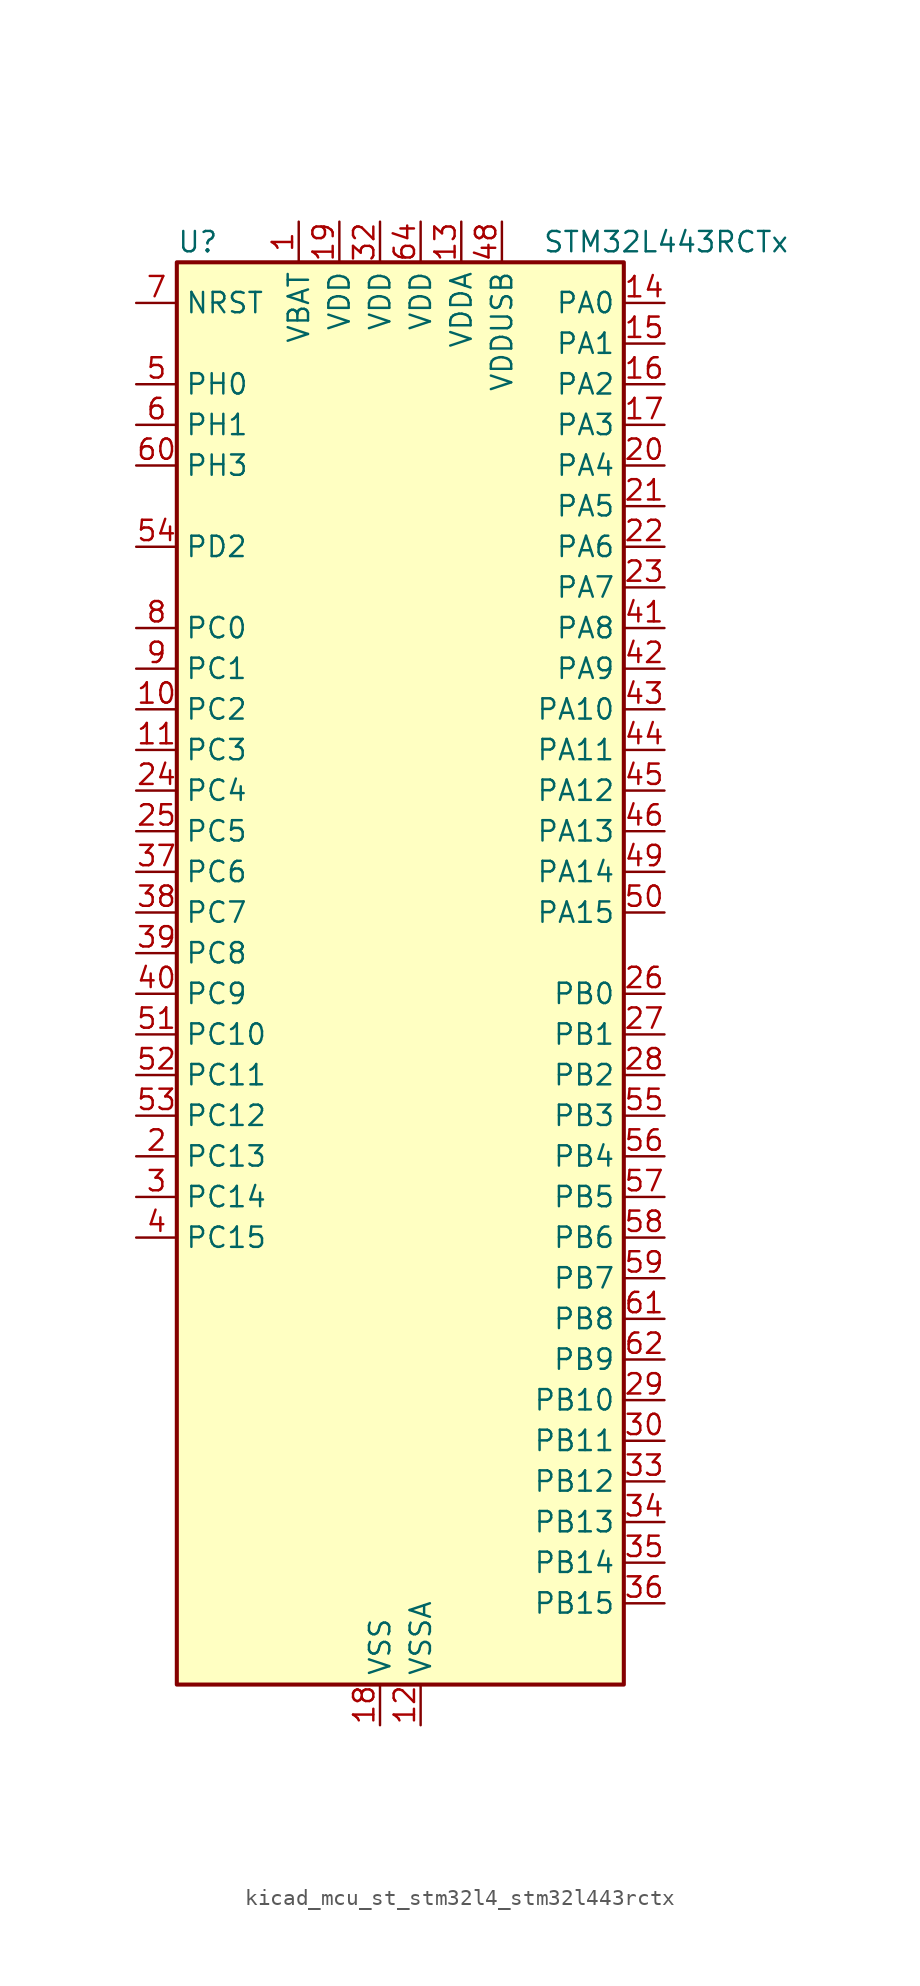
<source format=kicad_sym>
(kicad_symbol_lib
  (version 20220914)
  (generator kicad_symbol_editor)
  (symbol "kicad_mcu_st_stm32l4_stm32l443rctx"
    (property "Reference" "U"
      (at -12.7 46.99 0)
      (effects (font (size 1.27 1.27)) (justify left)))
    (property "Value" "STM32L443RCTx"
      (at 10.16 46.99 0)
      (effects (font (size 1.27 1.27)) (justify left)))
    (property "ki_locked" ""
      (at 0 0 0)
      (effects (font (size 1.27 1.27))))
    (symbol "kicad_mcu_st_stm32l4_stm32l443rctx_0_1"
      (rectangle (start -12.7 -43.18) (end 15.24 45.72) (stroke (width 0.254) (type default)) (fill (type background))))
    (symbol "kicad_mcu_st_stm32l4_stm32l443rctx_1_1"
      (pin power_in line (at -5.08 48.26 270) (length 2.54) (name "VBAT" (effects (font (size 1.27 1.27)))) (number "1" (effects (font (size 1.27 1.27)))))
      (pin bidirectional line (at -15.24 17.78 0) (length 2.54) (name "PC2" (effects (font (size 1.27 1.27)))) (number "10" (effects (font (size 1.27 1.27)))) (alternate "ADC1_IN3" bidirectional line) (alternate "LCD_SEG20" bidirectional line) (alternate "LPTIM1_IN2" bidirectional line) (alternate "SPI2_MISO" bidirectional line))
      (pin bidirectional line (at -15.24 15.24 0) (length 2.54) (name "PC3" (effects (font (size 1.27 1.27)))) (number "11" (effects (font (size 1.27 1.27)))) (alternate "ADC1_IN4" bidirectional line) (alternate "LCD_VLCD" bidirectional line) (alternate "LPTIM1_ETR" bidirectional line) (alternate "LPTIM2_ETR" bidirectional line) (alternate "SAI1_SD_A" bidirectional line) (alternate "SPI2_MOSI" bidirectional line))
      (pin power_in line (at 2.54 -45.72 90) (length 2.54) (name "VSSA" (effects (font (size 1.27 1.27)))) (number "12" (effects (font (size 1.27 1.27)))))
      (pin power_in line (at 5.08 48.26 270) (length 2.54) (name "VDDA" (effects (font (size 1.27 1.27)))) (number "13" (effects (font (size 1.27 1.27)))))
      (pin bidirectional line (at 17.78 43.18 180) (length 2.54) (name "PA0" (effects (font (size 1.27 1.27)))) (number "14" (effects (font (size 1.27 1.27)))) (alternate "ADC1_IN5" bidirectional line) (alternate "COMP1_INM" bidirectional line) (alternate "COMP1_OUT" bidirectional line) (alternate "OPAMP1_VINP" bidirectional line) (alternate "RTC_TAMP2" bidirectional line) (alternate "SAI1_EXTCLK" bidirectional line) (alternate "SYS_WKUP1" bidirectional line) (alternate "TIM2_CH1" bidirectional line) (alternate "TIM2_ETR" bidirectional line) (alternate "USART2_CTS" bidirectional line))
      (pin bidirectional line (at 17.78 40.64 180) (length 2.54) (name "PA1" (effects (font (size 1.27 1.27)))) (number "15" (effects (font (size 1.27 1.27)))) (alternate "ADC1_IN6" bidirectional line) (alternate "COMP1_INP" bidirectional line) (alternate "I2C1_SMBA" bidirectional line) (alternate "LCD_SEG0" bidirectional line) (alternate "OPAMP1_VINM" bidirectional line) (alternate "SPI1_SCK" bidirectional line) (alternate "TIM15_CH1N" bidirectional line) (alternate "TIM2_CH2" bidirectional line) (alternate "USART2_DE" bidirectional line) (alternate "USART2_RTS" bidirectional line))
      (pin bidirectional line (at 17.78 38.1 180) (length 2.54) (name "PA2" (effects (font (size 1.27 1.27)))) (number "16" (effects (font (size 1.27 1.27)))) (alternate "ADC1_IN7" bidirectional line) (alternate "COMP2_INM" bidirectional line) (alternate "COMP2_OUT" bidirectional line) (alternate "LCD_SEG1" bidirectional line) (alternate "LPUART1_TX" bidirectional line) (alternate "QUADSPI_BK1_NCS" bidirectional line) (alternate "RCC_LSCO" bidirectional line) (alternate "SYS_WKUP4" bidirectional line) (alternate "TIM15_CH1" bidirectional line) (alternate "TIM2_CH3" bidirectional line) (alternate "USART2_TX" bidirectional line))
      (pin bidirectional line (at 17.78 35.56 180) (length 2.54) (name "PA3" (effects (font (size 1.27 1.27)))) (number "17" (effects (font (size 1.27 1.27)))) (alternate "ADC1_IN8" bidirectional line) (alternate "COMP2_INP" bidirectional line) (alternate "LCD_SEG2" bidirectional line) (alternate "LPUART1_RX" bidirectional line) (alternate "OPAMP1_VOUT" bidirectional line) (alternate "QUADSPI_CLK" bidirectional line) (alternate "SAI1_MCLK_A" bidirectional line) (alternate "TIM15_CH2" bidirectional line) (alternate "TIM2_CH4" bidirectional line) (alternate "USART2_RX" bidirectional line))
      (pin power_in line (at 0 -45.72 90) (length 2.54) (name "VSS" (effects (font (size 1.27 1.27)))) (number "18" (effects (font (size 1.27 1.27)))))
      (pin power_in line (at -2.54 48.26 270) (length 2.54) (name "VDD" (effects (font (size 1.27 1.27)))) (number "19" (effects (font (size 1.27 1.27)))))
      (pin bidirectional line (at -15.24 -10.16 0) (length 2.54) (name "PC13" (effects (font (size 1.27 1.27)))) (number "2" (effects (font (size 1.27 1.27)))) (alternate "RTC_OUT_ALARM" bidirectional line) (alternate "RTC_OUT_CALIB" bidirectional line) (alternate "RTC_TAMP1" bidirectional line) (alternate "RTC_TS" bidirectional line) (alternate "SYS_WKUP2" bidirectional line))
      (pin bidirectional line (at 17.78 33.02 180) (length 2.54) (name "PA4" (effects (font (size 1.27 1.27)))) (number "20" (effects (font (size 1.27 1.27)))) (alternate "ADC1_IN9" bidirectional line) (alternate "COMP1_INM" bidirectional line) (alternate "COMP2_INM" bidirectional line) (alternate "DAC1_OUT1" bidirectional line) (alternate "LPTIM2_OUT" bidirectional line) (alternate "SAI1_FS_B" bidirectional line) (alternate "SPI1_NSS" bidirectional line) (alternate "SPI3_NSS" bidirectional line) (alternate "USART2_CK" bidirectional line))
      (pin bidirectional line (at 17.78 30.48 180) (length 2.54) (name "PA5" (effects (font (size 1.27 1.27)))) (number "21" (effects (font (size 1.27 1.27)))) (alternate "ADC1_IN10" bidirectional line) (alternate "COMP1_INM" bidirectional line) (alternate "COMP2_INM" bidirectional line) (alternate "DAC1_OUT2" bidirectional line) (alternate "LPTIM2_ETR" bidirectional line) (alternate "SPI1_SCK" bidirectional line) (alternate "TIM2_CH1" bidirectional line) (alternate "TIM2_ETR" bidirectional line))
      (pin bidirectional line (at 17.78 27.94 180) (length 2.54) (name "PA6" (effects (font (size 1.27 1.27)))) (number "22" (effects (font (size 1.27 1.27)))) (alternate "ADC1_IN11" bidirectional line) (alternate "COMP1_OUT" bidirectional line) (alternate "LCD_SEG3" bidirectional line) (alternate "LPUART1_CTS" bidirectional line) (alternate "QUADSPI_BK1_IO3" bidirectional line) (alternate "SPI1_MISO" bidirectional line) (alternate "TIM16_CH1" bidirectional line) (alternate "TIM1_BKIN" bidirectional line) (alternate "TIM1_BKIN_COMP2" bidirectional line) (alternate "USART3_CTS" bidirectional line))
      (pin bidirectional line (at 17.78 25.4 180) (length 2.54) (name "PA7" (effects (font (size 1.27 1.27)))) (number "23" (effects (font (size 1.27 1.27)))) (alternate "ADC1_IN12" bidirectional line) (alternate "COMP2_OUT" bidirectional line) (alternate "I2C3_SCL" bidirectional line) (alternate "LCD_SEG4" bidirectional line) (alternate "QUADSPI_BK1_IO2" bidirectional line) (alternate "SPI1_MOSI" bidirectional line) (alternate "TIM1_CH1N" bidirectional line))
      (pin bidirectional line (at -15.24 12.7 0) (length 2.54) (name "PC4" (effects (font (size 1.27 1.27)))) (number "24" (effects (font (size 1.27 1.27)))) (alternate "ADC1_IN13" bidirectional line) (alternate "COMP1_INM" bidirectional line) (alternate "LCD_SEG22" bidirectional line) (alternate "USART3_TX" bidirectional line))
      (pin bidirectional line (at -15.24 10.16 0) (length 2.54) (name "PC5" (effects (font (size 1.27 1.27)))) (number "25" (effects (font (size 1.27 1.27)))) (alternate "ADC1_IN14" bidirectional line) (alternate "COMP1_INP" bidirectional line) (alternate "LCD_SEG23" bidirectional line) (alternate "SYS_WKUP5" bidirectional line) (alternate "USART3_RX" bidirectional line))
      (pin bidirectional line (at 17.78 0 180) (length 2.54) (name "PB0" (effects (font (size 1.27 1.27)))) (number "26" (effects (font (size 1.27 1.27)))) (alternate "ADC1_IN15" bidirectional line) (alternate "COMP1_OUT" bidirectional line) (alternate "LCD_SEG5" bidirectional line) (alternate "QUADSPI_BK1_IO1" bidirectional line) (alternate "SAI1_EXTCLK" bidirectional line) (alternate "SPI1_NSS" bidirectional line) (alternate "TIM1_CH2N" bidirectional line) (alternate "USART3_CK" bidirectional line))
      (pin bidirectional line (at 17.78 -2.54 180) (length 2.54) (name "PB1" (effects (font (size 1.27 1.27)))) (number "27" (effects (font (size 1.27 1.27)))) (alternate "ADC1_IN16" bidirectional line) (alternate "COMP1_INM" bidirectional line) (alternate "LCD_SEG6" bidirectional line) (alternate "LPTIM2_IN1" bidirectional line) (alternate "LPUART1_DE" bidirectional line) (alternate "LPUART1_RTS" bidirectional line) (alternate "QUADSPI_BK1_IO0" bidirectional line) (alternate "TIM1_CH3N" bidirectional line) (alternate "USART3_DE" bidirectional line) (alternate "USART3_RTS" bidirectional line))
      (pin bidirectional line (at 17.78 -5.08 180) (length 2.54) (name "PB2" (effects (font (size 1.27 1.27)))) (number "28" (effects (font (size 1.27 1.27)))) (alternate "COMP1_INP" bidirectional line) (alternate "I2C3_SMBA" bidirectional line) (alternate "LCD_VLCD" bidirectional line) (alternate "LPTIM1_OUT" bidirectional line) (alternate "RTC_OUT_ALARM" bidirectional line) (alternate "RTC_OUT_CALIB" bidirectional line))
      (pin bidirectional line (at 17.78 -25.4 180) (length 2.54) (name "PB10" (effects (font (size 1.27 1.27)))) (number "29" (effects (font (size 1.27 1.27)))) (alternate "COMP1_OUT" bidirectional line) (alternate "I2C2_SCL" bidirectional line) (alternate "LCD_SEG10" bidirectional line) (alternate "LPUART1_RX" bidirectional line) (alternate "QUADSPI_CLK" bidirectional line) (alternate "SAI1_SCK_A" bidirectional line) (alternate "SPI2_SCK" bidirectional line) (alternate "TIM2_CH3" bidirectional line) (alternate "TSC_SYNC" bidirectional line) (alternate "USART3_TX" bidirectional line))
      (pin bidirectional line (at -15.24 -12.7 0) (length 2.54) (name "PC14" (effects (font (size 1.27 1.27)))) (number "3" (effects (font (size 1.27 1.27)))) (alternate "RCC_OSC32_IN" bidirectional line))
      (pin bidirectional line (at 17.78 -27.94 180) (length 2.54) (name "PB11" (effects (font (size 1.27 1.27)))) (number "30" (effects (font (size 1.27 1.27)))) (alternate "ADC1_EXTI11" bidirectional line) (alternate "COMP2_OUT" bidirectional line) (alternate "I2C2_SDA" bidirectional line) (alternate "LCD_SEG11" bidirectional line) (alternate "LPUART1_TX" bidirectional line) (alternate "QUADSPI_BK1_NCS" bidirectional line) (alternate "TIM2_CH4" bidirectional line) (alternate "USART3_RX" bidirectional line))
      (pin passive line (at 0 -45.72 90) (length 2.54) hide (name "VSS" (effects (font (size 1.27 1.27)))) (number "31" (effects (font (size 1.27 1.27)))))
      (pin power_in line (at 0 48.26 270) (length 2.54) (name "VDD" (effects (font (size 1.27 1.27)))) (number "32" (effects (font (size 1.27 1.27)))))
      (pin bidirectional line (at 17.78 -30.48 180) (length 2.54) (name "PB12" (effects (font (size 1.27 1.27)))) (number "33" (effects (font (size 1.27 1.27)))) (alternate "I2C2_SMBA" bidirectional line) (alternate "LCD_SEG12" bidirectional line) (alternate "LPUART1_DE" bidirectional line) (alternate "LPUART1_RTS" bidirectional line) (alternate "SAI1_FS_A" bidirectional line) (alternate "SPI2_NSS" bidirectional line) (alternate "SWPMI1_IO" bidirectional line) (alternate "TIM15_BKIN" bidirectional line) (alternate "TIM1_BKIN" bidirectional line) (alternate "TIM1_BKIN_COMP2" bidirectional line) (alternate "TSC_G1_IO1" bidirectional line) (alternate "USART3_CK" bidirectional line))
      (pin bidirectional line (at 17.78 -33.02 180) (length 2.54) (name "PB13" (effects (font (size 1.27 1.27)))) (number "34" (effects (font (size 1.27 1.27)))) (alternate "I2C2_SCL" bidirectional line) (alternate "LCD_SEG13" bidirectional line) (alternate "LPUART1_CTS" bidirectional line) (alternate "SAI1_SCK_A" bidirectional line) (alternate "SPI2_SCK" bidirectional line) (alternate "SWPMI1_TX" bidirectional line) (alternate "TIM15_CH1N" bidirectional line) (alternate "TIM1_CH1N" bidirectional line) (alternate "TSC_G1_IO2" bidirectional line) (alternate "USART3_CTS" bidirectional line))
      (pin bidirectional line (at 17.78 -35.56 180) (length 2.54) (name "PB14" (effects (font (size 1.27 1.27)))) (number "35" (effects (font (size 1.27 1.27)))) (alternate "I2C2_SDA" bidirectional line) (alternate "LCD_SEG14" bidirectional line) (alternate "SAI1_MCLK_A" bidirectional line) (alternate "SPI2_MISO" bidirectional line) (alternate "SWPMI1_RX" bidirectional line) (alternate "TIM15_CH1" bidirectional line) (alternate "TIM1_CH2N" bidirectional line) (alternate "TSC_G1_IO3" bidirectional line) (alternate "USART3_DE" bidirectional line) (alternate "USART3_RTS" bidirectional line))
      (pin bidirectional line (at 17.78 -38.1 180) (length 2.54) (name "PB15" (effects (font (size 1.27 1.27)))) (number "36" (effects (font (size 1.27 1.27)))) (alternate "ADC1_EXTI15" bidirectional line) (alternate "LCD_SEG15" bidirectional line) (alternate "RTC_REFIN" bidirectional line) (alternate "SAI1_SD_A" bidirectional line) (alternate "SPI2_MOSI" bidirectional line) (alternate "SWPMI1_SUSPEND" bidirectional line) (alternate "TIM15_CH2" bidirectional line) (alternate "TIM1_CH3N" bidirectional line) (alternate "TSC_G1_IO4" bidirectional line))
      (pin bidirectional line (at -15.24 7.62 0) (length 2.54) (name "PC6" (effects (font (size 1.27 1.27)))) (number "37" (effects (font (size 1.27 1.27)))) (alternate "LCD_SEG24" bidirectional line) (alternate "SDMMC1_D6" bidirectional line) (alternate "TSC_G4_IO1" bidirectional line))
      (pin bidirectional line (at -15.24 5.08 0) (length 2.54) (name "PC7" (effects (font (size 1.27 1.27)))) (number "38" (effects (font (size 1.27 1.27)))) (alternate "LCD_SEG25" bidirectional line) (alternate "SDMMC1_D7" bidirectional line) (alternate "TSC_G4_IO2" bidirectional line))
      (pin bidirectional line (at -15.24 2.54 0) (length 2.54) (name "PC8" (effects (font (size 1.27 1.27)))) (number "39" (effects (font (size 1.27 1.27)))) (alternate "LCD_SEG26" bidirectional line) (alternate "SDMMC1_D0" bidirectional line) (alternate "TSC_G4_IO3" bidirectional line))
      (pin bidirectional line (at -15.24 -15.24 0) (length 2.54) (name "PC15" (effects (font (size 1.27 1.27)))) (number "4" (effects (font (size 1.27 1.27)))) (alternate "ADC1_EXTI15" bidirectional line) (alternate "RCC_OSC32_OUT" bidirectional line))
      (pin bidirectional line (at -15.24 0 0) (length 2.54) (name "PC9" (effects (font (size 1.27 1.27)))) (number "40" (effects (font (size 1.27 1.27)))) (alternate "DAC1_EXTI9" bidirectional line) (alternate "LCD_SEG27" bidirectional line) (alternate "SDMMC1_D1" bidirectional line) (alternate "TSC_G4_IO4" bidirectional line) (alternate "USB_NOE" bidirectional line))
      (pin bidirectional line (at 17.78 22.86 180) (length 2.54) (name "PA8" (effects (font (size 1.27 1.27)))) (number "41" (effects (font (size 1.27 1.27)))) (alternate "LCD_COM0" bidirectional line) (alternate "LPTIM2_OUT" bidirectional line) (alternate "RCC_MCO" bidirectional line) (alternate "SAI1_SCK_A" bidirectional line) (alternate "SWPMI1_IO" bidirectional line) (alternate "TIM1_CH1" bidirectional line) (alternate "USART1_CK" bidirectional line))
      (pin bidirectional line (at 17.78 20.32 180) (length 2.54) (name "PA9" (effects (font (size 1.27 1.27)))) (number "42" (effects (font (size 1.27 1.27)))) (alternate "DAC1_EXTI9" bidirectional line) (alternate "I2C1_SCL" bidirectional line) (alternate "LCD_COM1" bidirectional line) (alternate "SAI1_FS_A" bidirectional line) (alternate "TIM15_BKIN" bidirectional line) (alternate "TIM1_CH2" bidirectional line) (alternate "USART1_TX" bidirectional line))
      (pin bidirectional line (at 17.78 17.78 180) (length 2.54) (name "PA10" (effects (font (size 1.27 1.27)))) (number "43" (effects (font (size 1.27 1.27)))) (alternate "CRS_SYNC" bidirectional line) (alternate "I2C1_SDA" bidirectional line) (alternate "LCD_COM2" bidirectional line) (alternate "SAI1_SD_A" bidirectional line) (alternate "TIM1_CH3" bidirectional line) (alternate "USART1_RX" bidirectional line))
      (pin bidirectional line (at 17.78 15.24 180) (length 2.54) (name "PA11" (effects (font (size 1.27 1.27)))) (number "44" (effects (font (size 1.27 1.27)))) (alternate "ADC1_EXTI11" bidirectional line) (alternate "CAN1_RX" bidirectional line) (alternate "COMP1_OUT" bidirectional line) (alternate "SPI1_MISO" bidirectional line) (alternate "TIM1_BKIN2" bidirectional line) (alternate "TIM1_BKIN2_COMP1" bidirectional line) (alternate "TIM1_CH4" bidirectional line) (alternate "USART1_CTS" bidirectional line) (alternate "USB_DM" bidirectional line))
      (pin bidirectional line (at 17.78 12.7 180) (length 2.54) (name "PA12" (effects (font (size 1.27 1.27)))) (number "45" (effects (font (size 1.27 1.27)))) (alternate "CAN1_TX" bidirectional line) (alternate "SPI1_MOSI" bidirectional line) (alternate "TIM1_ETR" bidirectional line) (alternate "USART1_DE" bidirectional line) (alternate "USART1_RTS" bidirectional line) (alternate "USB_DP" bidirectional line))
      (pin bidirectional line (at 17.78 10.16 180) (length 2.54) (name "PA13" (effects (font (size 1.27 1.27)))) (number "46" (effects (font (size 1.27 1.27)))) (alternate "IR_OUT" bidirectional line) (alternate "SAI1_SD_B" bidirectional line) (alternate "SWPMI1_TX" bidirectional line) (alternate "SYS_JTMS-SWDIO" bidirectional line) (alternate "USB_NOE" bidirectional line))
      (pin passive line (at 0 -45.72 90) (length 2.54) hide (name "VSS" (effects (font (size 1.27 1.27)))) (number "47" (effects (font (size 1.27 1.27)))))
      (pin power_in line (at 7.62 48.26 270) (length 2.54) (name "VDDUSB" (effects (font (size 1.27 1.27)))) (number "48" (effects (font (size 1.27 1.27)))))
      (pin bidirectional line (at 17.78 7.62 180) (length 2.54) (name "PA14" (effects (font (size 1.27 1.27)))) (number "49" (effects (font (size 1.27 1.27)))) (alternate "I2C1_SMBA" bidirectional line) (alternate "LPTIM1_OUT" bidirectional line) (alternate "SAI1_FS_B" bidirectional line) (alternate "SWPMI1_RX" bidirectional line) (alternate "SYS_JTCK-SWCLK" bidirectional line))
      (pin bidirectional line (at -15.24 38.1 0) (length 2.54) (name "PH0" (effects (font (size 1.27 1.27)))) (number "5" (effects (font (size 1.27 1.27)))) (alternate "RCC_OSC_IN" bidirectional line))
      (pin bidirectional line (at 17.78 5.08 180) (length 2.54) (name "PA15" (effects (font (size 1.27 1.27)))) (number "50" (effects (font (size 1.27 1.27)))) (alternate "ADC1_EXTI15" bidirectional line) (alternate "LCD_SEG17" bidirectional line) (alternate "SPI1_NSS" bidirectional line) (alternate "SPI3_NSS" bidirectional line) (alternate "SWPMI1_SUSPEND" bidirectional line) (alternate "SYS_JTDI" bidirectional line) (alternate "TIM2_CH1" bidirectional line) (alternate "TIM2_ETR" bidirectional line) (alternate "TSC_G3_IO1" bidirectional line) (alternate "USART2_RX" bidirectional line) (alternate "USART3_DE" bidirectional line) (alternate "USART3_RTS" bidirectional line))
      (pin bidirectional line (at -15.24 -2.54 0) (length 2.54) (name "PC10" (effects (font (size 1.27 1.27)))) (number "51" (effects (font (size 1.27 1.27)))) (alternate "LCD_COM4" bidirectional line) (alternate "LCD_SEG28" bidirectional line) (alternate "LCD_SEG40" bidirectional line) (alternate "SDMMC1_D2" bidirectional line) (alternate "SPI3_SCK" bidirectional line) (alternate "TSC_G3_IO2" bidirectional line) (alternate "USART3_TX" bidirectional line))
      (pin bidirectional line (at -15.24 -5.08 0) (length 2.54) (name "PC11" (effects (font (size 1.27 1.27)))) (number "52" (effects (font (size 1.27 1.27)))) (alternate "ADC1_EXTI11" bidirectional line) (alternate "LCD_COM5" bidirectional line) (alternate "LCD_SEG29" bidirectional line) (alternate "LCD_SEG41" bidirectional line) (alternate "SDMMC1_D3" bidirectional line) (alternate "SPI3_MISO" bidirectional line) (alternate "TSC_G3_IO3" bidirectional line) (alternate "USART3_RX" bidirectional line))
      (pin bidirectional line (at -15.24 -7.62 0) (length 2.54) (name "PC12" (effects (font (size 1.27 1.27)))) (number "53" (effects (font (size 1.27 1.27)))) (alternate "LCD_COM6" bidirectional line) (alternate "LCD_SEG30" bidirectional line) (alternate "LCD_SEG42" bidirectional line) (alternate "SDMMC1_CK" bidirectional line) (alternate "SPI3_MOSI" bidirectional line) (alternate "TSC_G3_IO4" bidirectional line) (alternate "USART3_CK" bidirectional line))
      (pin bidirectional line (at -15.24 27.94 0) (length 2.54) (name "PD2" (effects (font (size 1.27 1.27)))) (number "54" (effects (font (size 1.27 1.27)))) (alternate "LCD_COM7" bidirectional line) (alternate "LCD_SEG31" bidirectional line) (alternate "LCD_SEG43" bidirectional line) (alternate "SDMMC1_CMD" bidirectional line) (alternate "TSC_SYNC" bidirectional line) (alternate "USART3_DE" bidirectional line) (alternate "USART3_RTS" bidirectional line))
      (pin bidirectional line (at 17.78 -7.62 180) (length 2.54) (name "PB3" (effects (font (size 1.27 1.27)))) (number "55" (effects (font (size 1.27 1.27)))) (alternate "COMP2_INM" bidirectional line) (alternate "LCD_SEG7" bidirectional line) (alternate "SAI1_SCK_B" bidirectional line) (alternate "SPI1_SCK" bidirectional line) (alternate "SPI3_SCK" bidirectional line) (alternate "SYS_JTDO-SWO" bidirectional line) (alternate "TIM2_CH2" bidirectional line) (alternate "USART1_DE" bidirectional line) (alternate "USART1_RTS" bidirectional line))
      (pin bidirectional line (at 17.78 -10.16 180) (length 2.54) (name "PB4" (effects (font (size 1.27 1.27)))) (number "56" (effects (font (size 1.27 1.27)))) (alternate "COMP2_INP" bidirectional line) (alternate "I2C3_SDA" bidirectional line) (alternate "LCD_SEG8" bidirectional line) (alternate "SAI1_MCLK_B" bidirectional line) (alternate "SPI1_MISO" bidirectional line) (alternate "SPI3_MISO" bidirectional line) (alternate "SYS_JTRST" bidirectional line) (alternate "TSC_G2_IO1" bidirectional line) (alternate "USART1_CTS" bidirectional line))
      (pin bidirectional line (at 17.78 -12.7 180) (length 2.54) (name "PB5" (effects (font (size 1.27 1.27)))) (number "57" (effects (font (size 1.27 1.27)))) (alternate "COMP2_OUT" bidirectional line) (alternate "I2C1_SMBA" bidirectional line) (alternate "LCD_SEG9" bidirectional line) (alternate "LPTIM1_IN1" bidirectional line) (alternate "SAI1_SD_B" bidirectional line) (alternate "SPI1_MOSI" bidirectional line) (alternate "SPI3_MOSI" bidirectional line) (alternate "TIM16_BKIN" bidirectional line) (alternate "TSC_G2_IO2" bidirectional line) (alternate "USART1_CK" bidirectional line))
      (pin bidirectional line (at 17.78 -15.24 180) (length 2.54) (name "PB6" (effects (font (size 1.27 1.27)))) (number "58" (effects (font (size 1.27 1.27)))) (alternate "COMP2_INP" bidirectional line) (alternate "I2C1_SCL" bidirectional line) (alternate "LPTIM1_ETR" bidirectional line) (alternate "SAI1_FS_B" bidirectional line) (alternate "TIM16_CH1N" bidirectional line) (alternate "TSC_G2_IO3" bidirectional line) (alternate "USART1_TX" bidirectional line))
      (pin bidirectional line (at 17.78 -17.78 180) (length 2.54) (name "PB7" (effects (font (size 1.27 1.27)))) (number "59" (effects (font (size 1.27 1.27)))) (alternate "COMP2_INM" bidirectional line) (alternate "I2C1_SDA" bidirectional line) (alternate "LCD_SEG21" bidirectional line) (alternate "LPTIM1_IN2" bidirectional line) (alternate "SYS_PVD_IN" bidirectional line) (alternate "TSC_G2_IO4" bidirectional line) (alternate "USART1_RX" bidirectional line))
      (pin bidirectional line (at -15.24 35.56 0) (length 2.54) (name "PH1" (effects (font (size 1.27 1.27)))) (number "6" (effects (font (size 1.27 1.27)))) (alternate "RCC_OSC_OUT" bidirectional line))
      (pin bidirectional line (at -15.24 33.02 0) (length 2.54) (name "PH3" (effects (font (size 1.27 1.27)))) (number "60" (effects (font (size 1.27 1.27)))))
      (pin bidirectional line (at 17.78 -20.32 180) (length 2.54) (name "PB8" (effects (font (size 1.27 1.27)))) (number "61" (effects (font (size 1.27 1.27)))) (alternate "CAN1_RX" bidirectional line) (alternate "I2C1_SCL" bidirectional line) (alternate "LCD_SEG16" bidirectional line) (alternate "SAI1_MCLK_A" bidirectional line) (alternate "SDMMC1_D4" bidirectional line) (alternate "TIM16_CH1" bidirectional line))
      (pin bidirectional line (at 17.78 -22.86 180) (length 2.54) (name "PB9" (effects (font (size 1.27 1.27)))) (number "62" (effects (font (size 1.27 1.27)))) (alternate "CAN1_TX" bidirectional line) (alternate "DAC1_EXTI9" bidirectional line) (alternate "I2C1_SDA" bidirectional line) (alternate "IR_OUT" bidirectional line) (alternate "LCD_COM3" bidirectional line) (alternate "SAI1_FS_A" bidirectional line) (alternate "SDMMC1_D5" bidirectional line) (alternate "SPI2_NSS" bidirectional line))
      (pin passive line (at 0 -45.72 90) (length 2.54) hide (name "VSS" (effects (font (size 1.27 1.27)))) (number "63" (effects (font (size 1.27 1.27)))))
      (pin power_in line (at 2.54 48.26 270) (length 2.54) (name "VDD" (effects (font (size 1.27 1.27)))) (number "64" (effects (font (size 1.27 1.27)))))
      (pin input line (at -15.24 43.18 0) (length 2.54) (name "NRST" (effects (font (size 1.27 1.27)))) (number "7" (effects (font (size 1.27 1.27)))))
      (pin bidirectional line (at -15.24 22.86 0) (length 2.54) (name "PC0" (effects (font (size 1.27 1.27)))) (number "8" (effects (font (size 1.27 1.27)))) (alternate "ADC1_IN1" bidirectional line) (alternate "I2C3_SCL" bidirectional line) (alternate "LCD_SEG18" bidirectional line) (alternate "LPTIM1_IN1" bidirectional line) (alternate "LPTIM2_IN1" bidirectional line) (alternate "LPUART1_RX" bidirectional line))
      (pin bidirectional line (at -15.24 20.32 0) (length 2.54) (name "PC1" (effects (font (size 1.27 1.27)))) (number "9" (effects (font (size 1.27 1.27)))) (alternate "ADC1_IN2" bidirectional line) (alternate "I2C3_SDA" bidirectional line) (alternate "LCD_SEG19" bidirectional line) (alternate "LPTIM1_OUT" bidirectional line) (alternate "LPUART1_TX" bidirectional line)))))
</source>
